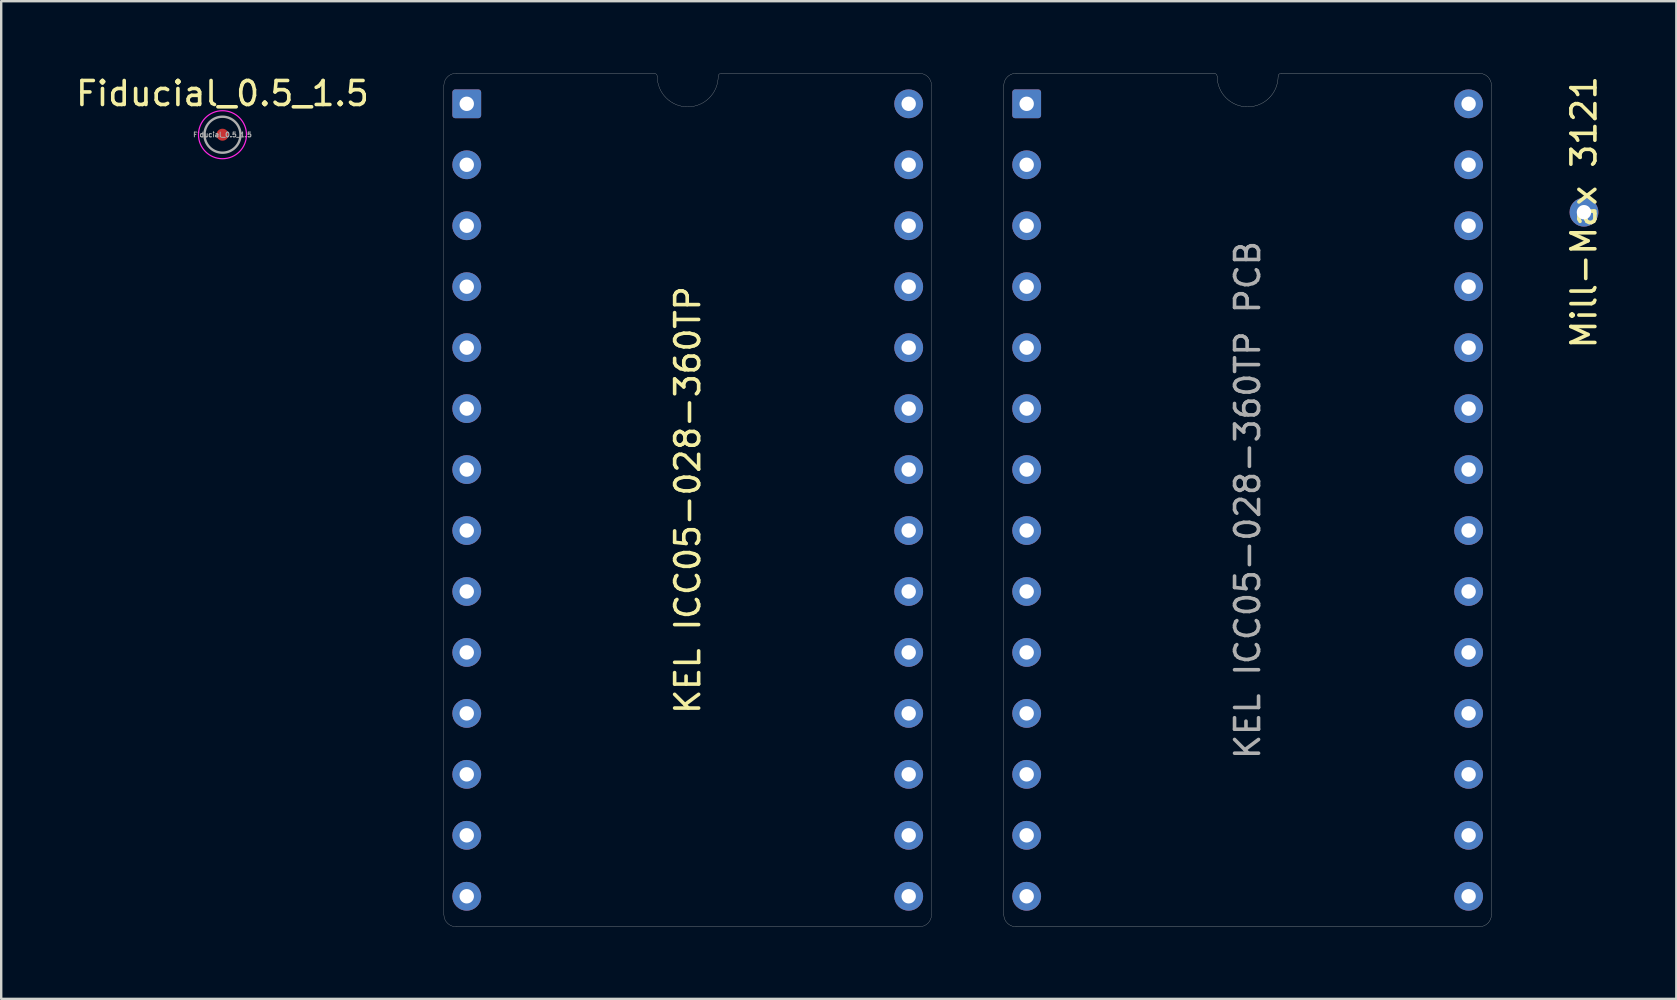
<source format=kicad_pcb>
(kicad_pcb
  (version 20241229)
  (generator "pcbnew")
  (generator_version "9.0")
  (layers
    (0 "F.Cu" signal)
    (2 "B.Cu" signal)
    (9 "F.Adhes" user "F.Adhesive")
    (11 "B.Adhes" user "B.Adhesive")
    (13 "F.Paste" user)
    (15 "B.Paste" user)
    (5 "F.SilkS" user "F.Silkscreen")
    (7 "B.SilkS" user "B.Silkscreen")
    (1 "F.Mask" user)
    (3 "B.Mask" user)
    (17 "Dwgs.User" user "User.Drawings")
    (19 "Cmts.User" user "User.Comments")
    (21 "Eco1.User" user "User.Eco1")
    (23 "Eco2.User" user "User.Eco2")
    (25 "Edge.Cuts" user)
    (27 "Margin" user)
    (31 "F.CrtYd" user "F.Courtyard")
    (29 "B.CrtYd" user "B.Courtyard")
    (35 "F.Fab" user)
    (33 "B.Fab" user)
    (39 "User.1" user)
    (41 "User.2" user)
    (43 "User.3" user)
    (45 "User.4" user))
  (footprint "Mill-Max 3121"
    (layer "F.Cu")
    (at 62.949 5.792)
    (property "Reference" "Mill-Max 3121" (at 0 0 270) (layer "F.SilkS") (effects (font (size 1 1) (thickness 0.15))))
    (attr through_hole)
    (pad "1" thru_hole circle (at 0 0) (size 1.2 1.2) (drill 0.6) (layers "*.Cu" "*.Mask")))
  (footprint "KEL ICC05-028-360TP"
    (layer "F.Cu")
    (at 25.605 17.785)
    (property "Reference" "KEL ICC05-028-360TP" (at 0 0 270) (layer "F.SilkS") (effects (font (size 1 1) (thickness 0.15))))
    (attr through_hole)
    (fp_line (start -10.16 -17.272) (end -10.16 17.272) (stroke (width 0.01) (type solid)) (layer "Dwgs.User"))
    (fp_line (start -9.652 -17.78) (end -1.397 -17.78) (stroke (width 0.01) (type solid)) (layer "Dwgs.User"))
    (fp_line (start -9.652 17.78) (end 9.652 17.78) (stroke (width 0.01) (type solid)) (layer "Dwgs.User"))
    (fp_line (start 1.397 -17.78) (end 9.652 -17.78) (stroke (width 0.01) (type solid)) (layer "Dwgs.User"))
    (fp_line (start 10.16 17.272) (end 10.16 -17.272) (stroke (width 0.01) (type solid)) (layer "Dwgs.User"))
    (fp_arc (start -10.16 -17.272) (mid -10.01121 -17.63121) (end -9.652 -17.78) (stroke (width 0.01) (type solid)) (layer "Dwgs.User"))
    (fp_arc (start -9.652 17.78) (mid -10.01121 17.63121) (end -10.16 17.272) (stroke (width 0.01) (type solid)) (layer "Dwgs.User"))
    (fp_arc (start -1.397 -17.78) (mid -1.307197 -17.742803) (end -1.27 -17.653) (stroke (width 0.01) (type solid)) (layer "Dwgs.User"))
    (fp_arc (start 1.27 -17.653) (mid 0 -16.383) (end -1.27 -17.653) (stroke (width 0.01) (type solid)) (layer "Dwgs.User"))
    (fp_arc (start 1.27 -17.653) (mid 1.307197 -17.742803) (end 1.397 -17.78) (stroke (width 0.01) (type solid)) (layer "Dwgs.User"))
    (fp_arc (start 9.652 -17.78) (mid 10.01121 -17.63121) (end 10.16 -17.272) (stroke (width 0.01) (type solid)) (layer "Dwgs.User"))
    (fp_arc (start 10.16 17.272) (mid 10.01121 17.63121) (end 9.652 17.78) (stroke (width 0.01) (type solid)) (layer "Dwgs.User"))
    (pad "1" thru_hole roundrect (at -9.207 -16.51) (size 1.2 1.2) (drill 0.6) (layers "*.Cu" "*.Mask") (roundrect_rratio 0.1))
    (pad "2" thru_hole circle (at -9.207 -13.97) (size 1.2 1.2) (drill 0.6) (layers "*.Cu" "*.Mask"))
    (pad "3" thru_hole circle (at -9.207 -11.43) (size 1.2 1.2) (drill 0.6) (layers "*.Cu" "*.Mask"))
    (pad "4" thru_hole circle (at -9.207 -8.89) (size 1.2 1.2) (drill 0.6) (layers "*.Cu" "*.Mask"))
    (pad "5" thru_hole circle (at -9.207 -6.35) (size 1.2 1.2) (drill 0.6) (layers "*.Cu" "*.Mask"))
    (pad "6" thru_hole circle (at -9.207 -3.81) (size 1.2 1.2) (drill 0.6) (layers "*.Cu" "*.Mask"))
    (pad "7" thru_hole circle (at -9.207 -1.27) (size 1.2 1.2) (drill 0.6) (layers "*.Cu" "*.Mask"))
    (pad "8" thru_hole circle (at -9.207 1.27) (size 1.2 1.2) (drill 0.6) (layers "*.Cu" "*.Mask"))
    (pad "9" thru_hole circle (at -9.207 3.81) (size 1.2 1.2) (drill 0.6) (layers "*.Cu" "*.Mask"))
    (pad "10" thru_hole circle (at -9.207 6.35) (size 1.2 1.2) (drill 0.6) (layers "*.Cu" "*.Mask"))
    (pad "11" thru_hole circle (at -9.207 8.89) (size 1.2 1.2) (drill 0.6) (layers "*.Cu" "*.Mask"))
    (pad "12" thru_hole circle (at -9.207 11.43) (size 1.2 1.2) (drill 0.6) (layers "*.Cu" "*.Mask"))
    (pad "13" thru_hole circle (at -9.207 13.97) (size 1.2 1.2) (drill 0.6) (layers "*.Cu" "*.Mask"))
    (pad "14" thru_hole circle (at -9.207 16.51) (size 1.2 1.2) (drill 0.6) (layers "*.Cu" "*.Mask"))
    (pad "15" thru_hole circle (at 9.207 16.51) (size 1.2 1.2) (drill 0.6) (layers "*.Cu" "*.Mask"))
    (pad "16" thru_hole circle (at 9.207 13.97) (size 1.2 1.2) (drill 0.6) (layers "*.Cu" "*.Mask"))
    (pad "17" thru_hole circle (at 9.207 11.43) (size 1.2 1.2) (drill 0.6) (layers "*.Cu" "*.Mask"))
    (pad "18" thru_hole circle (at 9.207 8.89) (size 1.2 1.2) (drill 0.6) (layers "*.Cu" "*.Mask"))
    (pad "19" thru_hole circle (at 9.207 6.35) (size 1.2 1.2) (drill 0.6) (layers "*.Cu" "*.Mask"))
    (pad "20" thru_hole circle (at 9.207 3.81) (size 1.2 1.2) (drill 0.6) (layers "*.Cu" "*.Mask"))
    (pad "21" thru_hole circle (at 9.207 1.27) (size 1.2 1.2) (drill 0.6) (layers "*.Cu" "*.Mask"))
    (pad "22" thru_hole circle (at 9.207 -1.27) (size 1.2 1.2) (drill 0.6) (layers "*.Cu" "*.Mask"))
    (pad "23" thru_hole circle (at 9.207 -3.81) (size 1.2 1.2) (drill 0.6) (layers "*.Cu" "*.Mask"))
    (pad "24" thru_hole circle (at 9.207 -6.35) (size 1.2 1.2) (drill 0.6) (layers "*.Cu" "*.Mask"))
    (pad "25" thru_hole circle (at 9.207 -8.89) (size 1.2 1.2) (drill 0.6) (layers "*.Cu" "*.Mask"))
    (pad "26" thru_hole circle (at 9.207 -11.43) (size 1.2 1.2) (drill 0.6) (layers "*.Cu" "*.Mask"))
    (pad "27" thru_hole circle (at 9.207 -13.97) (size 1.2 1.2) (drill 0.6) (layers "*.Cu" "*.Mask"))
    (pad "28" thru_hole circle (at 9.207 -16.51) (size 1.2 1.2) (drill 0.6) (layers "*.Cu" "*.Mask")))
  (footprint "Fiducial_0.5_1.5"
    (layer "F.Cu")
    (at 6.22 2.563)
    (property "Reference" "Fiducial_0.5_1.5" (at 0 -1.714 0) (layer "F.SilkS") (effects (font (size 1 1) (thickness 0.15))))
    (attr smd)
    (fp_circle (center 0 0) (end 1 0) (stroke (width 0.05) (type solid)) (fill no) (layer "F.CrtYd"))
    (fp_circle (center 0 0) (end 0.75 0) (stroke (width 0.1) (type solid)) (fill no) (layer "F.Fab"))
    (fp_text user "${REFERENCE}" (at 0 0 0) (layer "F.Fab") (effects (font (size 0.2 0.2) (thickness 0.04))))
    (pad "" smd circle (at 0 0) (size 0.5 0.5) (layers "F.Cu" "F.Mask")))
  (footprint "KEL ICC05-028-360TP PCB"
    (layer "F.Cu")
    (at 48.935 17.785)
    (property "Reference" "KEL ICC05-028-360TP PCB" (at 0 0 270) (layer "F.Fab") (effects (font (size 1 1) (thickness 0.15))))
    (attr through_hole)
    (fp_line (start -10.16 -17.272) (end -10.16 17.272) (stroke (width 0.01) (type solid)) (layer "Edge.Cuts"))
    (fp_line (start -9.652 -17.78) (end -1.397 -17.78) (stroke (width 0.01) (type solid)) (layer "Edge.Cuts"))
    (fp_line (start -9.652 17.78) (end 9.652 17.78) (stroke (width 0.01) (type solid)) (layer "Edge.Cuts"))
    (fp_line (start 1.397 -17.78) (end 9.652 -17.78) (stroke (width 0.01) (type solid)) (layer "Edge.Cuts"))
    (fp_line (start 10.16 17.272) (end 10.16 -17.272) (stroke (width 0.01) (type solid)) (layer "Edge.Cuts"))
    (fp_arc (start -10.16 -17.272) (mid -10.01121 -17.63121) (end -9.652 -17.78) (stroke (width 0.01) (type solid)) (layer "Edge.Cuts"))
    (fp_arc (start -9.652 17.78) (mid -10.01121 17.63121) (end -10.16 17.272) (stroke (width 0.01) (type solid)) (layer "Edge.Cuts"))
    (fp_arc (start -1.397 -17.78) (mid -1.307197 -17.742803) (end -1.27 -17.653) (stroke (width 0.01) (type solid)) (layer "Edge.Cuts"))
    (fp_arc (start 1.27 -17.653) (mid 0 -16.383) (end -1.27 -17.653) (stroke (width 0.01) (type solid)) (layer "Edge.Cuts"))
    (fp_arc (start 1.27 -17.653) (mid 1.307197 -17.742803) (end 1.397 -17.78) (stroke (width 0.01) (type solid)) (layer "Edge.Cuts"))
    (fp_arc (start 9.652 -17.78) (mid 10.01121 -17.63121) (end 10.16 -17.272) (stroke (width 0.01) (type solid)) (layer "Edge.Cuts"))
    (fp_arc (start 10.16 17.272) (mid 10.01121 17.63121) (end 9.652 17.78) (stroke (width 0.01) (type solid)) (layer "Edge.Cuts"))
    (pad "1" thru_hole roundrect (at -9.207 -16.51) (size 1.2 1.2) (drill 0.6) (layers "*.Cu" "*.Mask") (roundrect_rratio 0.1))
    (pad "2" thru_hole circle (at -9.207 -13.97) (size 1.2 1.2) (drill 0.6) (layers "*.Cu" "*.Mask"))
    (pad "3" thru_hole circle (at -9.207 -11.43) (size 1.2 1.2) (drill 0.6) (layers "*.Cu" "*.Mask"))
    (pad "4" thru_hole circle (at -9.207 -8.89) (size 1.2 1.2) (drill 0.6) (layers "*.Cu" "*.Mask"))
    (pad "5" thru_hole circle (at -9.207 -6.35) (size 1.2 1.2) (drill 0.6) (layers "*.Cu" "*.Mask"))
    (pad "6" thru_hole circle (at -9.207 -3.81) (size 1.2 1.2) (drill 0.6) (layers "*.Cu" "*.Mask"))
    (pad "7" thru_hole circle (at -9.207 -1.27) (size 1.2 1.2) (drill 0.6) (layers "*.Cu" "*.Mask"))
    (pad "8" thru_hole circle (at -9.207 1.27) (size 1.2 1.2) (drill 0.6) (layers "*.Cu" "*.Mask"))
    (pad "9" thru_hole circle (at -9.207 3.81) (size 1.2 1.2) (drill 0.6) (layers "*.Cu" "*.Mask"))
    (pad "10" thru_hole circle (at -9.207 6.35) (size 1.2 1.2) (drill 0.6) (layers "*.Cu" "*.Mask"))
    (pad "11" thru_hole circle (at -9.207 8.89) (size 1.2 1.2) (drill 0.6) (layers "*.Cu" "*.Mask"))
    (pad "12" thru_hole circle (at -9.207 11.43) (size 1.2 1.2) (drill 0.6) (layers "*.Cu" "*.Mask"))
    (pad "13" thru_hole circle (at -9.207 13.97) (size 1.2 1.2) (drill 0.6) (layers "*.Cu" "*.Mask"))
    (pad "14" thru_hole circle (at -9.207 16.51) (size 1.2 1.2) (drill 0.6) (layers "*.Cu" "*.Mask"))
    (pad "15" thru_hole circle (at 9.207 16.51) (size 1.2 1.2) (drill 0.6) (layers "*.Cu" "*.Mask"))
    (pad "16" thru_hole circle (at 9.207 13.97) (size 1.2 1.2) (drill 0.6) (layers "*.Cu" "*.Mask"))
    (pad "17" thru_hole circle (at 9.207 11.43) (size 1.2 1.2) (drill 0.6) (layers "*.Cu" "*.Mask"))
    (pad "18" thru_hole circle (at 9.207 8.89) (size 1.2 1.2) (drill 0.6) (layers "*.Cu" "*.Mask"))
    (pad "19" thru_hole circle (at 9.207 6.35) (size 1.2 1.2) (drill 0.6) (layers "*.Cu" "*.Mask"))
    (pad "20" thru_hole circle (at 9.207 3.81) (size 1.2 1.2) (drill 0.6) (layers "*.Cu" "*.Mask"))
    (pad "21" thru_hole circle (at 9.207 1.27) (size 1.2 1.2) (drill 0.6) (layers "*.Cu" "*.Mask"))
    (pad "22" thru_hole circle (at 9.207 -1.27) (size 1.2 1.2) (drill 0.6) (layers "*.Cu" "*.Mask"))
    (pad "23" thru_hole circle (at 9.207 -3.81) (size 1.2 1.2) (drill 0.6) (layers "*.Cu" "*.Mask"))
    (pad "24" thru_hole circle (at 9.207 -6.35) (size 1.2 1.2) (drill 0.6) (layers "*.Cu" "*.Mask"))
    (pad "25" thru_hole circle (at 9.207 -8.89) (size 1.2 1.2) (drill 0.6) (layers "*.Cu" "*.Mask"))
    (pad "26" thru_hole circle (at 9.207 -11.43) (size 1.2 1.2) (drill 0.6) (layers "*.Cu" "*.Mask"))
    (pad "27" thru_hole circle (at 9.207 -13.97) (size 1.2 1.2) (drill 0.6) (layers "*.Cu" "*.Mask"))
    (pad "28" thru_hole circle (at 9.207 -16.51) (size 1.2 1.2) (drill 0.6) (layers "*.Cu" "*.Mask")))
  (gr_rect
    (start -3 -3)
    (end 66.797 38.57)
    (stroke (width 0.1) (type default))
    (fill no)
    (layer "Edge.Cuts")))
</source>
